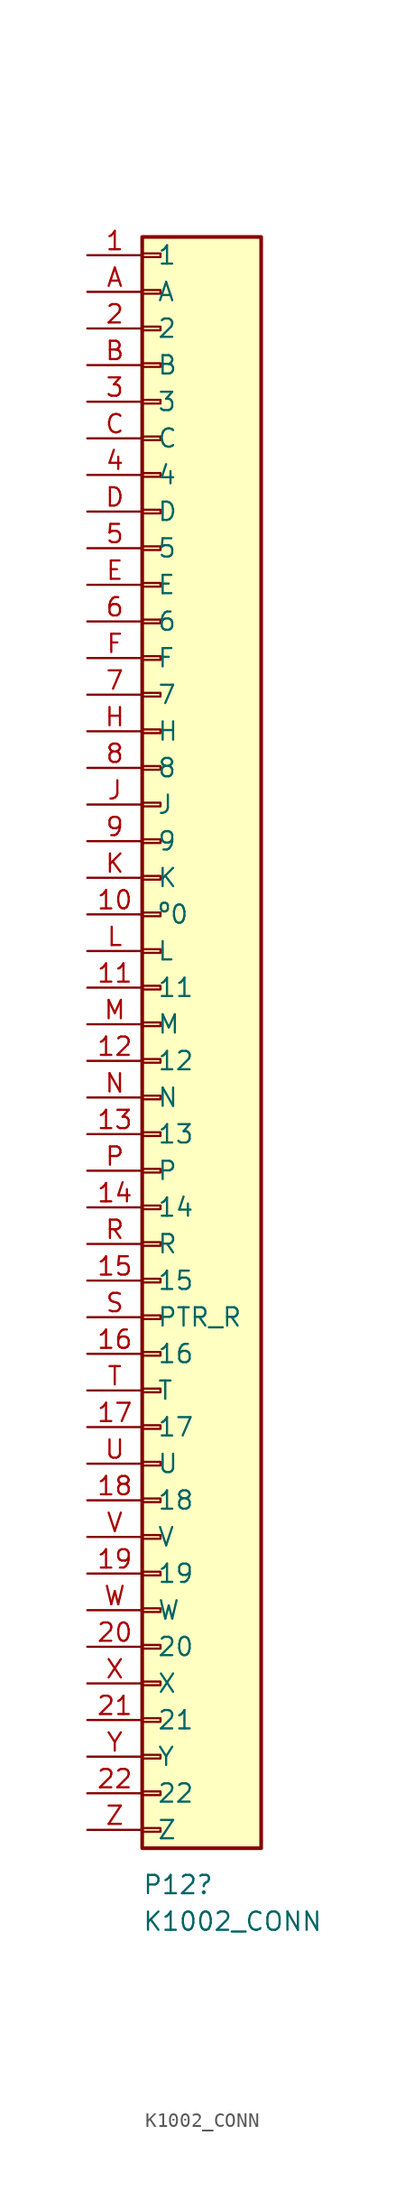
<source format=kicad_sym>
(kicad_symbol_lib
  (version 20241209)
  (generator "kicad_symbol_editor")
  (generator_version "9.0")
  (symbol "K1002_CONN"
    (pin_names
      (offset 1.016))
    (property "Reference" "P12"
      (at -1.27 -59.69 0)
      (effects (font (size 1.27 1.27)) (justify left)))
    (property "Value" "K1002_CONN"
      (at -1.27 -62.23 0)
      (effects (font (size 1.27 1.27)) (justify left)))
    (property "Description" ""
      (at 0 0 0)
      (effects (font (size 1.27 1.27))))
    (symbol "K1002_CONN_1_1"
      (rectangle (start -1.27 54.61) (end 6.985 -57.15) (stroke (width 0.254) (type default)) (fill (type background)))
      (rectangle (start -1.27 53.467) (end 0 53.213) (stroke (width 0.152) (type default)) (fill (type none)))
      (rectangle (start -1.27 50.927) (end 0 50.673) (stroke (width 0.152) (type default)) (fill (type none)))
      (rectangle (start -1.27 48.387) (end 0 48.133) (stroke (width 0.152) (type default)) (fill (type none)))
      (rectangle (start -1.27 45.847) (end 0 45.593) (stroke (width 0.152) (type default)) (fill (type none)))
      (rectangle (start -1.27 43.307) (end 0 43.053) (stroke (width 0.152) (type default)) (fill (type none)))
      (rectangle (start -1.27 40.767) (end 0 40.513) (stroke (width 0.152) (type default)) (fill (type none)))
      (rectangle (start -1.27 38.227) (end 0 37.973) (stroke (width 0.152) (type default)) (fill (type none)))
      (rectangle (start -1.27 35.687) (end 0 35.433) (stroke (width 0.152) (type default)) (fill (type none)))
      (rectangle (start -1.27 33.147) (end 0 32.893) (stroke (width 0.152) (type default)) (fill (type none)))
      (rectangle (start -1.27 30.607) (end 0 30.353) (stroke (width 0.152) (type default)) (fill (type none)))
      (rectangle (start -1.27 28.067) (end 0 27.813) (stroke (width 0.152) (type default)) (fill (type none)))
      (rectangle (start -1.27 25.527) (end 0 25.273) (stroke (width 0.152) (type default)) (fill (type none)))
      (rectangle (start -1.27 22.987) (end 0 22.733) (stroke (width 0.152) (type default)) (fill (type none)))
      (rectangle (start -1.27 20.447) (end 0 20.193) (stroke (width 0.152) (type default)) (fill (type none)))
      (rectangle (start -1.27 17.907) (end 0 17.653) (stroke (width 0.152) (type default)) (fill (type none)))
      (rectangle (start -1.27 15.367) (end 0 15.113) (stroke (width 0.152) (type default)) (fill (type none)))
      (rectangle (start -1.27 12.827) (end 0 12.573) (stroke (width 0.152) (type default)) (fill (type none)))
      (rectangle (start -1.27 10.287) (end 0 10.033) (stroke (width 0.152) (type default)) (fill (type none)))
      (rectangle (start -1.27 7.747) (end 0 7.493) (stroke (width 0.152) (type default)) (fill (type none)))
      (rectangle (start -1.27 5.207) (end 0 4.953) (stroke (width 0.152) (type default)) (fill (type none)))
      (rectangle (start -1.27 2.667) (end 0 2.413) (stroke (width 0.152) (type default)) (fill (type none)))
      (rectangle (start -1.27 0.127) (end 0 -0.127) (stroke (width 0.152) (type default)) (fill (type none)))
      (rectangle (start 0 -2.667) (end -1.27 -2.413) (stroke (width 0.152) (type default)) (fill (type none)))
      (rectangle (start 0 -5.207) (end -1.27 -4.953) (stroke (width 0.152) (type default)) (fill (type none)))
      (rectangle (start 0 -7.747) (end -1.27 -7.493) (stroke (width 0.152) (type default)) (fill (type none)))
      (rectangle (start 0 -10.287) (end -1.27 -10.033) (stroke (width 0.152) (type default)) (fill (type none)))
      (rectangle (start 0 -12.827) (end -1.27 -12.573) (stroke (width 0.152) (type default)) (fill (type none)))
      (rectangle (start 0 -15.367) (end -1.27 -15.113) (stroke (width 0.152) (type default)) (fill (type none)))
      (rectangle (start 0 -17.907) (end -1.27 -17.653) (stroke (width 0.152) (type default)) (fill (type none)))
      (rectangle (start 0 -20.447) (end -1.27 -20.193) (stroke (width 0.152) (type default)) (fill (type none)))
      (rectangle (start 0 -22.987) (end -1.27 -22.733) (stroke (width 0.152) (type default)) (fill (type none)))
      (rectangle (start 0 -25.527) (end -1.27 -25.273) (stroke (width 0.152) (type default)) (fill (type none)))
      (rectangle (start 0 -28.067) (end -1.27 -27.813) (stroke (width 0.152) (type default)) (fill (type none)))
      (rectangle (start 0 -30.607) (end -1.27 -30.353) (stroke (width 0.152) (type default)) (fill (type none)))
      (rectangle (start 0 -33.147) (end -1.27 -32.893) (stroke (width 0.152) (type default)) (fill (type none)))
      (rectangle (start 0 -35.687) (end -1.27 -35.433) (stroke (width 0.152) (type default)) (fill (type none)))
      (rectangle (start 0 -38.227) (end -1.27 -37.973) (stroke (width 0.152) (type default)) (fill (type none)))
      (rectangle (start 0 -40.767) (end -1.27 -40.513) (stroke (width 0.152) (type default)) (fill (type none)))
      (rectangle (start 0 -43.307) (end -1.27 -43.053) (stroke (width 0.152) (type default)) (fill (type none)))
      (rectangle (start 0 -45.847) (end -1.27 -45.593) (stroke (width 0.152) (type default)) (fill (type none)))
      (rectangle (start 0 -48.387) (end -1.27 -48.133) (stroke (width 0.152) (type default)) (fill (type none)))
      (rectangle (start 0 -50.927) (end -1.27 -50.673) (stroke (width 0.152) (type default)) (fill (type none)))
      (rectangle (start 0 -53.467) (end -1.27 -53.213) (stroke (width 0.152) (type default)) (fill (type none)))
      (rectangle (start 0 -56.007) (end -1.27 -55.753) (stroke (width 0.152) (type default)) (fill (type none)))
      (pin passive line (at -5.08 53.34 0) (length 3.81) (name "1" (effects (font (size 1.27 1.27)))) (number "1" (effects (font (size 1.27 1.27)))))
      (pin passive line (at -5.08 50.8 0) (length 3.81) (name "A" (effects (font (size 1.27 1.27)))) (number "A" (effects (font (size 1.27 1.27)))))
      (pin passive line (at -5.08 48.26 0) (length 3.81) (name "2" (effects (font (size 1.27 1.27)))) (number "2" (effects (font (size 1.27 1.27)))))
      (pin passive line (at -5.08 45.72 0) (length 3.81) (name "B" (effects (font (size 1.27 1.27)))) (number "B" (effects (font (size 1.27 1.27)))))
      (pin passive line (at -5.08 43.18 0) (length 3.81) (name "3" (effects (font (size 1.27 1.27)))) (number "3" (effects (font (size 1.27 1.27)))))
      (pin passive line (at -5.08 40.64 0) (length 3.81) (name "C" (effects (font (size 1.27 1.27)))) (number "C" (effects (font (size 1.27 1.27)))))
      (pin passive line (at -5.08 38.1 0) (length 3.81) (name "4" (effects (font (size 1.27 1.27)))) (number "4" (effects (font (size 1.27 1.27)))))
      (pin passive line (at -5.08 35.56 0) (length 3.81) (name "D" (effects (font (size 1.27 1.27)))) (number "D" (effects (font (size 1.27 1.27)))))
      (pin passive line (at -5.08 33.02 0) (length 3.81) (name "5" (effects (font (size 1.27 1.27)))) (number "5" (effects (font (size 1.27 1.27)))))
      (pin passive line (at -5.08 30.48 0) (length 3.81) (name "E" (effects (font (size 1.27 1.27)))) (number "E" (effects (font (size 1.27 1.27)))))
      (pin passive line (at -5.08 27.94 0) (length 3.81) (name "6" (effects (font (size 1.27 1.27)))) (number "6" (effects (font (size 1.27 1.27)))))
      (pin passive line (at -5.08 25.4 0) (length 3.81) (name "F" (effects (font (size 1.27 1.27)))) (number "F" (effects (font (size 1.27 1.27)))))
      (pin passive line (at -5.08 22.86 0) (length 3.81) (name "7" (effects (font (size 1.27 1.27)))) (number "7" (effects (font (size 1.27 1.27)))))
      (pin passive line (at -5.08 20.32 0) (length 3.81) (name "H" (effects (font (size 1.27 1.27)))) (number "H" (effects (font (size 1.27 1.27)))))
      (pin passive line (at -5.08 17.78 0) (length 3.81) (name "8" (effects (font (size 1.27 1.27)))) (number "8" (effects (font (size 1.27 1.27)))))
      (pin passive line (at -5.08 15.24 0) (length 3.81) (name "J" (effects (font (size 1.27 1.27)))) (number "J" (effects (font (size 1.27 1.27)))))
      (pin passive line (at -5.08 12.7 0) (length 3.81) (name "9" (effects (font (size 1.27 1.27)))) (number "9" (effects (font (size 1.27 1.27)))))
      (pin passive line (at -5.08 10.16 0) (length 3.81) (name "K" (effects (font (size 1.27 1.27)))) (number "K" (effects (font (size 1.27 1.27)))))
      (pin passive line (at -5.08 7.62 0) (length 3.81) (name "º0" (effects (font (size 1.27 1.27)))) (number "10" (effects (font (size 1.27 1.27)))))
      (pin passive line (at -5.08 5.08 0) (length 3.81) (name "L" (effects (font (size 1.27 1.27)))) (number "L" (effects (font (size 1.27 1.27)))))
      (pin passive line (at -5.08 2.54 0) (length 3.81) (name "11" (effects (font (size 1.27 1.27)))) (number "11" (effects (font (size 1.27 1.27)))))
      (pin passive line (at -5.08 0 0) (length 3.81) (name "M" (effects (font (size 1.27 1.27)))) (number "M" (effects (font (size 1.27 1.27)))))
      (pin passive line (at -5.08 -2.54 0) (length 3.81) (name "12" (effects (font (size 1.27 1.27)))) (number "12" (effects (font (size 1.27 1.27)))))
      (pin passive line (at -5.08 -5.08 0) (length 3.81) (name "N" (effects (font (size 1.27 1.27)))) (number "N" (effects (font (size 1.27 1.27)))))
      (pin passive line (at -5.08 -7.62 0) (length 3.81) (name "13" (effects (font (size 1.27 1.27)))) (number "13" (effects (font (size 1.27 1.27)))))
      (pin passive line (at -5.08 -10.16 0) (length 3.81) (name "P" (effects (font (size 1.27 1.27)))) (number "P" (effects (font (size 1.27 1.27)))))
      (pin passive line (at -5.08 -12.7 0) (length 3.81) (name "14" (effects (font (size 1.27 1.27)))) (number "14" (effects (font (size 1.27 1.27)))))
      (pin passive line (at -5.08 -15.24 0) (length 3.81) (name "R" (effects (font (size 1.27 1.27)))) (number "R" (effects (font (size 1.27 1.27)))))
      (pin passive line (at -5.08 -17.78 0) (length 3.81) (name "15" (effects (font (size 1.27 1.27)))) (number "15" (effects (font (size 1.27 1.27)))))
      (pin passive line (at -5.08 -20.32 0) (length 3.81) (name "PTR_R" (effects (font (size 1.27 1.27)))) (number "S" (effects (font (size 1.27 1.27)))))
      (pin passive line (at -5.08 -22.86 0) (length 3.81) (name "16" (effects (font (size 1.27 1.27)))) (number "16" (effects (font (size 1.27 1.27)))))
      (pin passive line (at -5.08 -25.4 0) (length 3.81) (name "T" (effects (font (size 1.27 1.27)))) (number "T" (effects (font (size 1.27 1.27)))))
      (pin passive line (at -5.08 -27.94 0) (length 3.81) (name "17" (effects (font (size 1.27 1.27)))) (number "17" (effects (font (size 1.27 1.27)))))
      (pin passive line (at -5.08 -30.48 0) (length 3.81) (name "U" (effects (font (size 1.27 1.27)))) (number "U" (effects (font (size 1.27 1.27)))))
      (pin passive line (at -5.08 -33.02 0) (length 3.81) (name "18" (effects (font (size 1.27 1.27)))) (number "18" (effects (font (size 1.27 1.27)))))
      (pin passive line (at -5.08 -35.56 0) (length 3.81) (name "V" (effects (font (size 1.27 1.27)))) (number "V" (effects (font (size 1.27 1.27)))))
      (pin passive line (at -5.08 -38.1 0) (length 3.81) (name "19" (effects (font (size 1.27 1.27)))) (number "19" (effects (font (size 1.27 1.27)))))
      (pin passive line (at -5.08 -40.64 0) (length 3.81) (name "W" (effects (font (size 1.27 1.27)))) (number "W" (effects (font (size 1.27 1.27)))))
      (pin passive line (at -5.08 -43.18 0) (length 3.81) (name "20" (effects (font (size 1.27 1.27)))) (number "20" (effects (font (size 1.27 1.27)))))
      (pin passive line (at -5.08 -45.72 0) (length 3.81) (name "X" (effects (font (size 1.27 1.27)))) (number "X" (effects (font (size 1.27 1.27)))))
      (pin passive line (at -5.08 -48.26 0) (length 3.81) (name "21" (effects (font (size 1.27 1.27)))) (number "21" (effects (font (size 1.27 1.27)))))
      (pin passive line (at -5.08 -50.8 0) (length 3.81) (name "Y" (effects (font (size 1.27 1.27)))) (number "Y" (effects (font (size 1.27 1.27)))))
      (pin passive line (at -5.08 -53.34 0) (length 3.81) (name "22" (effects (font (size 1.27 1.27)))) (number "22" (effects (font (size 1.27 1.27)))))
      (pin passive line (at -5.08 -55.88 0) (length 3.81) (name "Z" (effects (font (size 1.27 1.27)))) (number "Z" (effects (font (size 1.27 1.27))))))))
</source>
